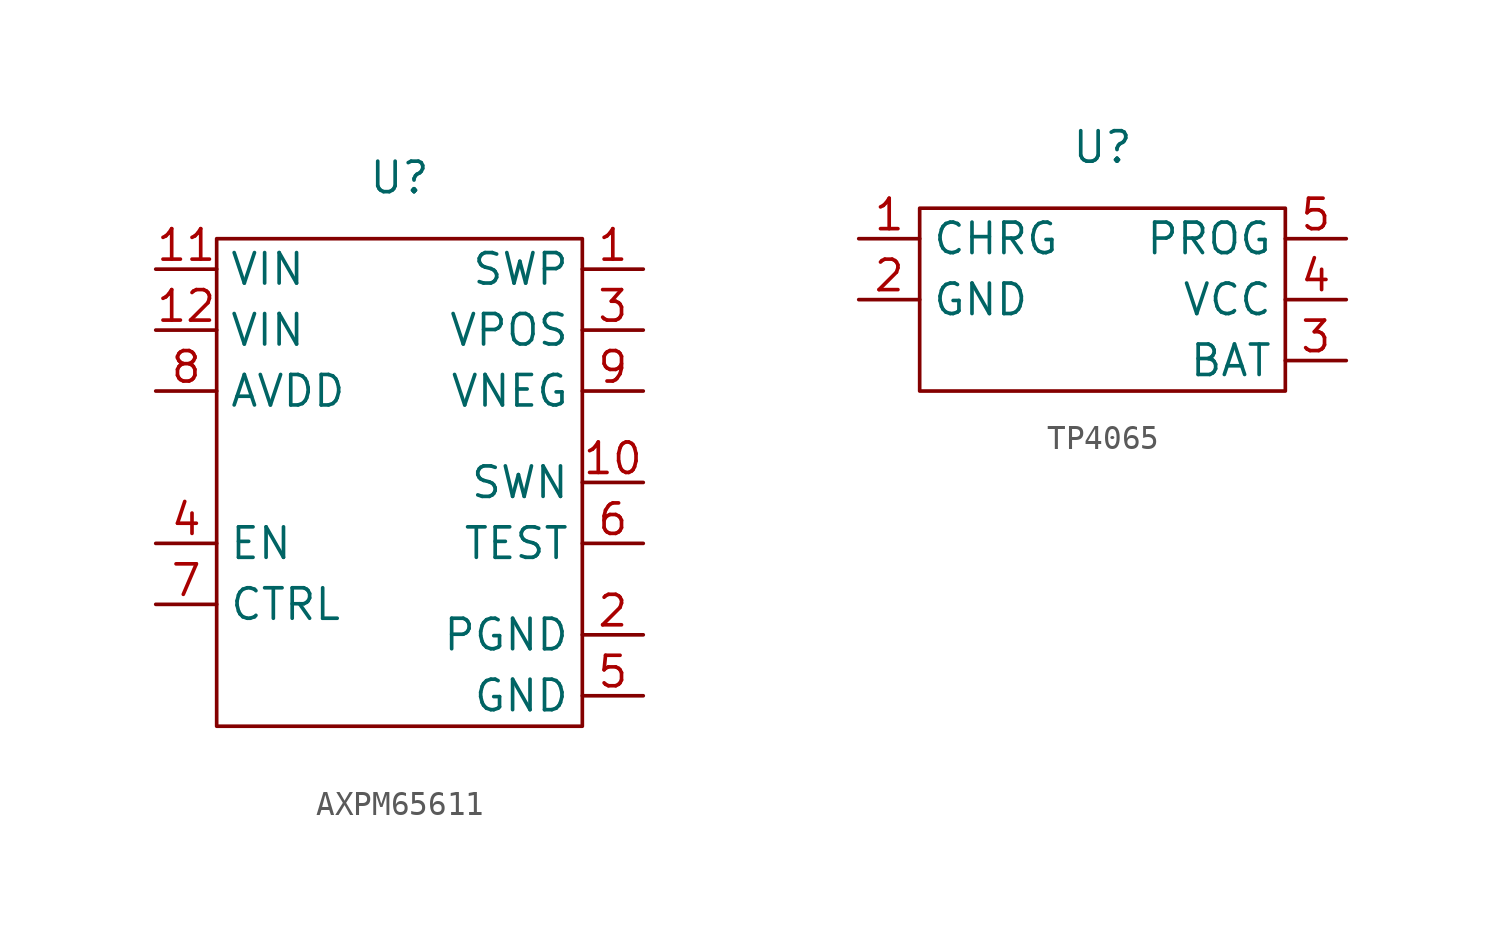
<source format=kicad_sym>
(kicad_symbol_lib
  (version 20220914)
  (generator kicad_symbol_editor)
  (symbol "AXPM65611"
    (property "Reference" "U"
      (at 0 11.43 0)
      (effects (font (size 1.27 1.27))))
    (property "Value" ""
      (at -2.54 6.35 0)
      (effects (font (size 1.27 1.27))))
    (symbol "AXPM65611_0_1"
      (rectangle (start -7.62 8.89) (end 7.62 -11.43) (stroke (width 0) (type default)) (fill (type none))))
    (symbol "AXPM65611_1_1"
      (pin input line (at 10.16 7.62 180) (length 2.54) (name "SWP" (effects (font (size 1.27 1.27)))) (number "1" (effects (font (size 1.27 1.27)))))
      (pin input line (at 10.16 -1.27 180) (length 2.54) (name "SWN" (effects (font (size 1.27 1.27)))) (number "10" (effects (font (size 1.27 1.27)))))
      (pin input line (at -10.16 7.62 0) (length 2.54) (name "VIN" (effects (font (size 1.27 1.27)))) (number "11" (effects (font (size 1.27 1.27)))))
      (pin input line (at -10.16 5.08 0) (length 2.54) (name "VIN" (effects (font (size 1.27 1.27)))) (number "12" (effects (font (size 1.27 1.27)))))
      (pin input line (at 10.16 -7.62 180) (length 2.54) (name "PGND" (effects (font (size 1.27 1.27)))) (number "2" (effects (font (size 1.27 1.27)))))
      (pin input line (at 10.16 5.08 180) (length 2.54) (name "VPOS" (effects (font (size 1.27 1.27)))) (number "3" (effects (font (size 1.27 1.27)))))
      (pin input line (at -10.16 -3.81 0) (length 2.54) (name "EN" (effects (font (size 1.27 1.27)))) (number "4" (effects (font (size 1.27 1.27)))))
      (pin input line (at 10.16 -10.16 180) (length 2.54) (name "GND" (effects (font (size 1.27 1.27)))) (number "5" (effects (font (size 1.27 1.27)))))
      (pin input line (at 10.16 -3.81 180) (length 2.54) (name "TEST" (effects (font (size 1.27 1.27)))) (number "6" (effects (font (size 1.27 1.27)))))
      (pin input line (at -10.16 -6.35 0) (length 2.54) (name "CTRL" (effects (font (size 1.27 1.27)))) (number "7" (effects (font (size 1.27 1.27)))))
      (pin input line (at -10.16 2.54 0) (length 2.54) (name "AVDD" (effects (font (size 1.27 1.27)))) (number "8" (effects (font (size 1.27 1.27)))))
      (pin input line (at 10.16 2.54 180) (length 2.54) (name "VNEG" (effects (font (size 1.27 1.27)))) (number "9" (effects (font (size 1.27 1.27)))))))
  (symbol "TP4065"
    (property "Reference" "U"
      (at 0 6.35 0)
      (effects (font (size 1.27 1.27))))
    (property "Value" ""
      (at -2.54 2.54 0)
      (effects (font (size 1.27 1.27))))
    (symbol "TP4065_0_1"
      (rectangle (start -7.62 3.81) (end 7.62 -3.81) (stroke (width 0) (type default)) (fill (type none))))
    (symbol "TP4065_1_1"
      (pin input line (at -10.16 2.54 0) (length 2.54) (name "CHRG" (effects (font (size 1.27 1.27)))) (number "1" (effects (font (size 1.27 1.27)))))
      (pin input line (at -10.16 0 0) (length 2.54) (name "GND" (effects (font (size 1.27 1.27)))) (number "2" (effects (font (size 1.27 1.27)))))
      (pin input line (at 10.16 -2.54 180) (length 2.54) (name "BAT" (effects (font (size 1.27 1.27)))) (number "3" (effects (font (size 1.27 1.27)))))
      (pin input line (at 10.16 0 180) (length 2.54) (name "VCC" (effects (font (size 1.27 1.27)))) (number "4" (effects (font (size 1.27 1.27)))))
      (pin input line (at 10.16 2.54 180) (length 2.54) (name "PROG" (effects (font (size 1.27 1.27)))) (number "5" (effects (font (size 1.27 1.27))))))))
</source>
